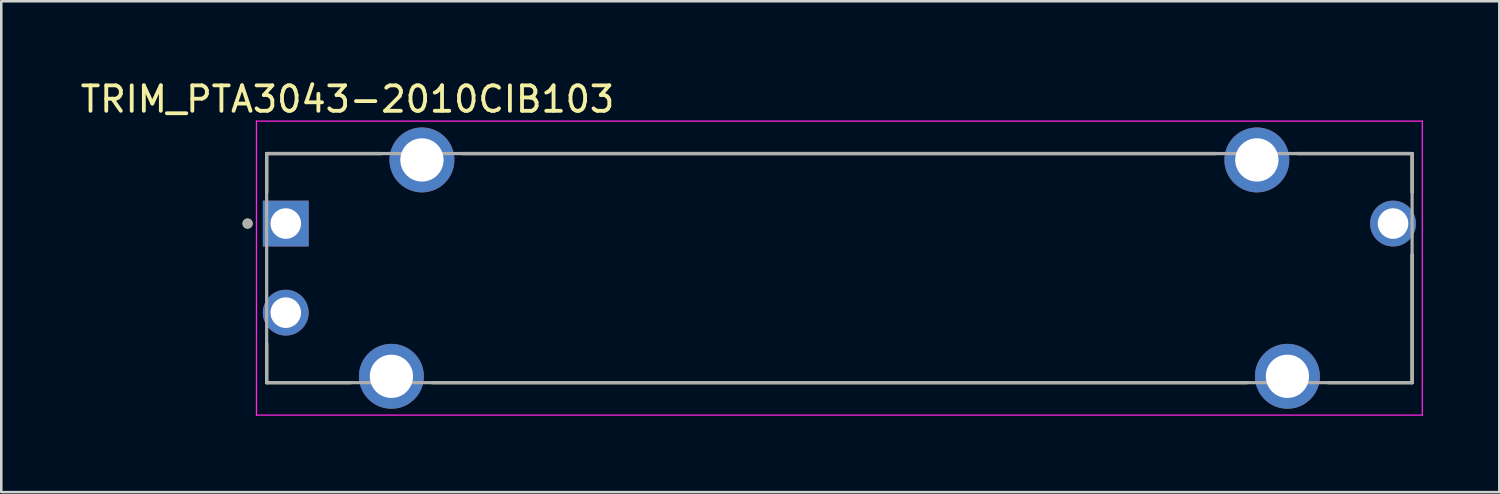
<source format=kicad_pcb>
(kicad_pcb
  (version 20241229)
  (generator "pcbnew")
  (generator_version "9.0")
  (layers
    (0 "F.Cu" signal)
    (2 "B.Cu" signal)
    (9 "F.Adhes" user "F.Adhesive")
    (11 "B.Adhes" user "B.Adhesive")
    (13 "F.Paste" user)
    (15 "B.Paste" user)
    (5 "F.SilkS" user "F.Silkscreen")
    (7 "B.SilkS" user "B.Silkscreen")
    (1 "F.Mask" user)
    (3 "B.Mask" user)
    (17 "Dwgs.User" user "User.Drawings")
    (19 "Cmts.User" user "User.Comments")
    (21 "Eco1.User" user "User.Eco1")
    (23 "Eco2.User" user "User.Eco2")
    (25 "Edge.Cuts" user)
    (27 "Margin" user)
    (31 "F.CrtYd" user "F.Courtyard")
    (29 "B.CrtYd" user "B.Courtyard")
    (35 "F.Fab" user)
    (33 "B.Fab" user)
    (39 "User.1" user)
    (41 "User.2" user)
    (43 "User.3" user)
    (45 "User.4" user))
  (footprint "TRIM_PTA3043-2010CIB103"
    (layer "F.Cu")
    (at 29.926 7.483)
    (property "Reference" "TRIM_PTA3043-2010CIB103" (at -19.325 -6.635 0) (layer "F.SilkS") (effects (font (size 1 1) (thickness 0.15))))
    (attr through_hole)
    (fp_line (start -22.5 -4.5) (end -17.995 -4.5) (stroke (width 0.127) (type solid)) (layer "F.SilkS"))
    (fp_line (start -22.5 -2.97) (end -22.5 -4.5) (stroke (width 0.127) (type solid)) (layer "F.SilkS"))
    (fp_line (start -22.5 4.5) (end -22.5 2.97) (stroke (width 0.127) (type solid)) (layer "F.SilkS"))
    (fp_line (start -19.195 4.5) (end -22.5 4.5) (stroke (width 0.127) (type solid)) (layer "F.SilkS"))
    (fp_line (start -16.005 4.5) (end 16.005 4.5) (stroke (width 0.127) (type solid)) (layer "F.SilkS"))
    (fp_line (start -14.805 -4.5) (end 14.805 -4.5) (stroke (width 0.127) (type solid)) (layer "F.SilkS"))
    (fp_line (start 17.995 -4.5) (end 22.5 -4.5) (stroke (width 0.127) (type solid)) (layer "F.SilkS"))
    (fp_line (start 22.5 -4.5) (end 22.5 -2.97) (stroke (width 0.127) (type solid)) (layer "F.SilkS"))
    (fp_line (start 22.5 4.5) (end 19.195 4.5) (stroke (width 0.127) (type solid)) (layer "F.SilkS"))
    (fp_line (start 22.5 4.5) (end 22.5 -0.53) (stroke (width 0.127) (type solid)) (layer "F.SilkS"))
    (fp_circle (center -23.25 -1.75) (end -23.15 -1.75) (stroke (width 0.2) (type solid)) (fill no) (layer "F.SilkS"))
    (fp_line (start -22.9 -5.775) (end -22.9 5.775) (stroke (width 0.05) (type solid)) (layer "F.CrtYd"))
    (fp_line (start -22.9 5.775) (end 22.9 5.775) (stroke (width 0.05) (type solid)) (layer "F.CrtYd"))
    (fp_line (start 22.9 -5.775) (end -22.9 -5.775) (stroke (width 0.05) (type solid)) (layer "F.CrtYd"))
    (fp_line (start 22.9 5.775) (end 22.9 -5.775) (stroke (width 0.05) (type solid)) (layer "F.CrtYd"))
    (fp_line (start -22.5 -4.5) (end 22.5 -4.5) (stroke (width 0.127) (type solid)) (layer "F.Fab"))
    (fp_line (start -22.5 4.5) (end -22.5 -4.5) (stroke (width 0.127) (type solid)) (layer "F.Fab"))
    (fp_line (start 22.5 -4.5) (end 22.5 4.5) (stroke (width 0.127) (type solid)) (layer "F.Fab"))
    (fp_line (start 22.5 4.5) (end -22.5 4.5) (stroke (width 0.127) (type solid)) (layer "F.Fab"))
    (fp_circle (center -23.25 -1.75) (end -23.15 -1.75) (stroke (width 0.2) (type solid)) (fill no) (layer "F.Fab"))
    (pad "1" thru_hole rect (at -21.75 -1.75) (size 1.8 1.8) (drill 1.2) (layers "*.Cu" "*.Mask"))
    (pad "2" thru_hole circle (at -21.75 1.75) (size 1.8 1.8) (drill 1.2) (layers "*.Cu" "*.Mask"))
    (pad "3" thru_hole circle (at 21.75 -1.75) (size 1.8 1.8) (drill 1.2) (layers "*.Cu" "*.Mask"))
    (pad "SH1" thru_hole circle (at -16.4 -4.25) (size 2.55 2.55) (drill 1.7) (layers "*.Cu" "*.Mask"))
    (pad "SH2" thru_hole circle (at -17.6 4.25) (size 2.55 2.55) (drill 1.7) (layers "*.Cu" "*.Mask"))
    (pad "SH3" thru_hole circle (at 16.4 -4.25) (size 2.55 2.55) (drill 1.7) (layers "*.Cu" "*.Mask"))
    (pad "SH4" thru_hole circle (at 17.6 4.25) (size 2.55 2.55) (drill 1.7) (layers "*.Cu" "*.Mask")))
  (gr_rect
    (start -3 -3)
    (end 55.851 16.283)
    (stroke (width 0.1) (type default))
    (fill no)
    (layer "Edge.Cuts")))
</source>
